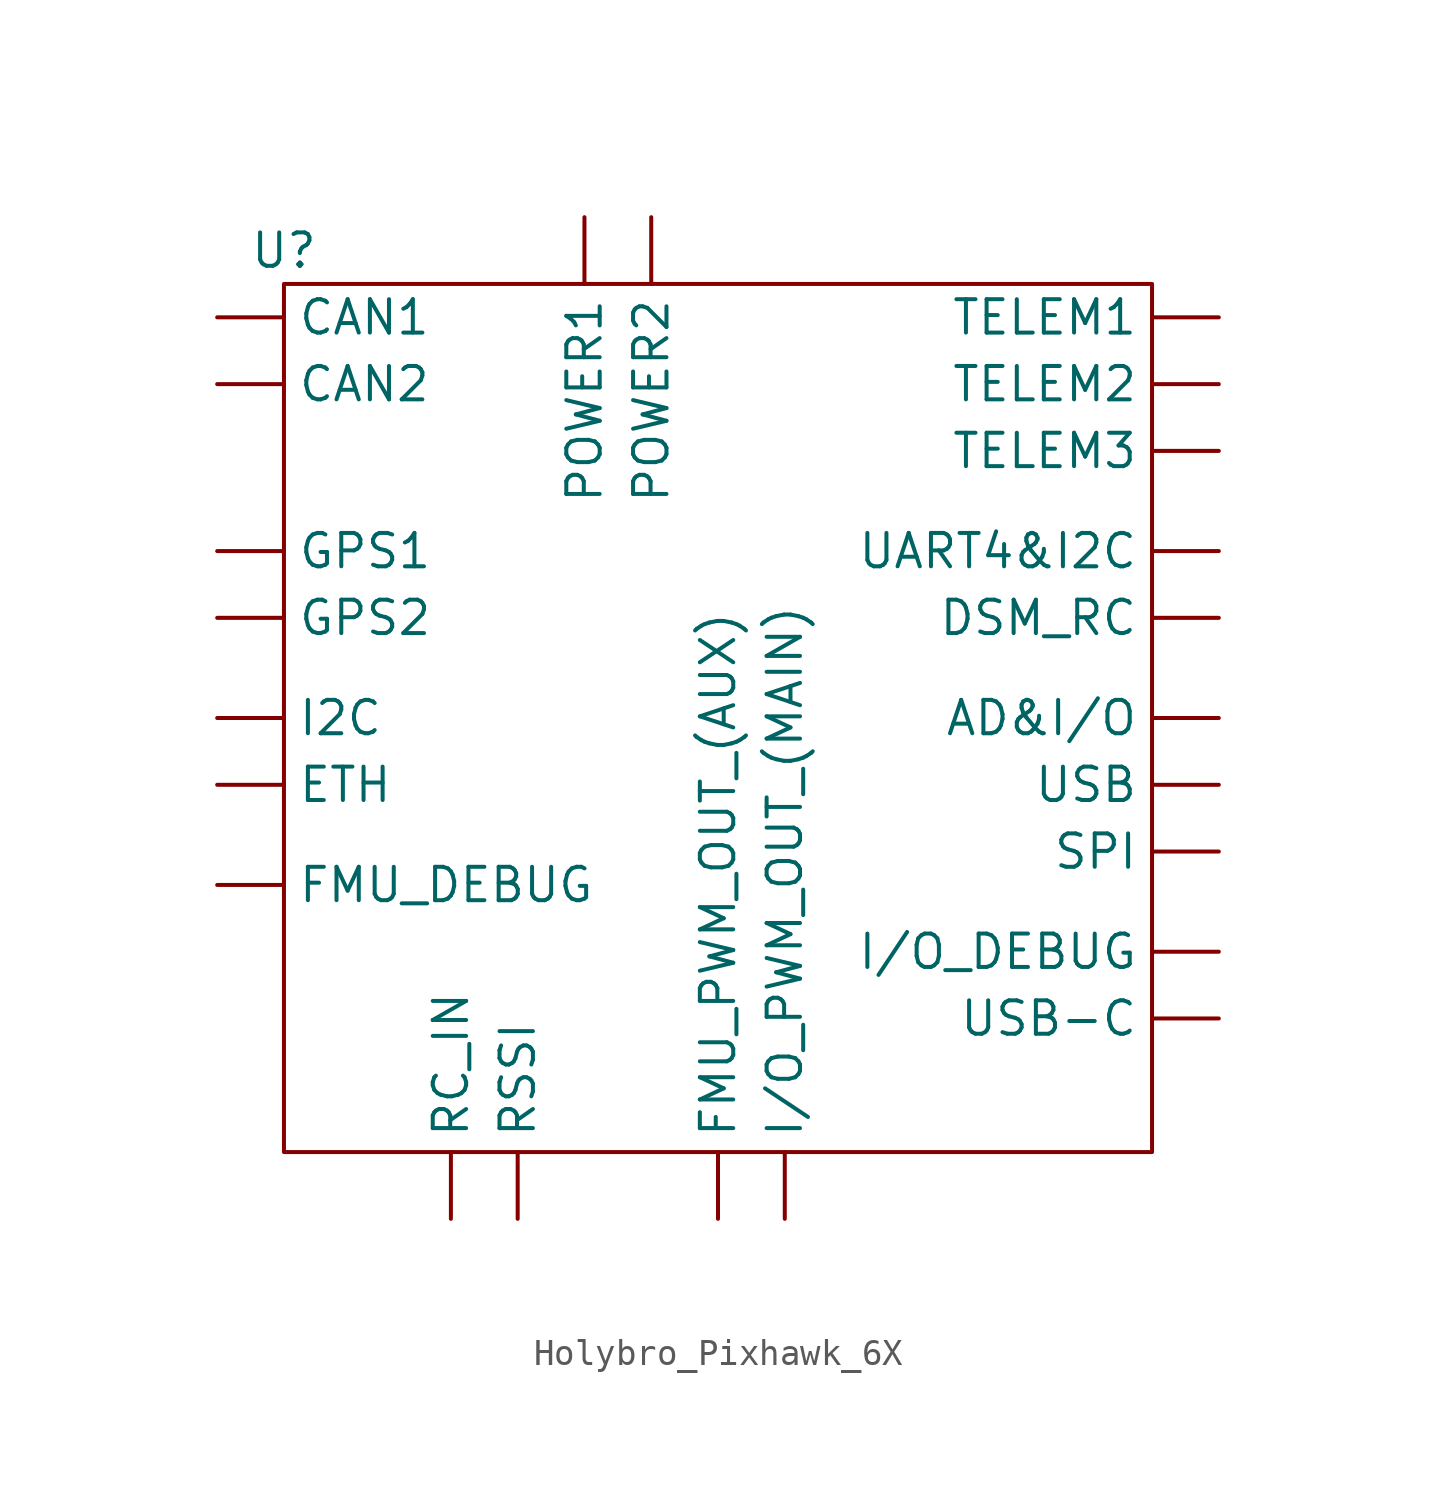
<source format=kicad_sym>
(kicad_symbol_lib
  (version 20231120)
  (generator "kicad_symbol_editor")
  (generator_version "8.0")
  (symbol "Holybro_Pixhawk_6X"
    (property "Reference" "U"
      (at 0 0 0)
      (effects (font (size 1.27 1.27))))
    (property "Value" ""
      (at 0 0 0)
      (effects (font (size 1.27 1.27))))
    (symbol "Holybro_Pixhawk_6X_0_1"
      (rectangle (start 0 -1.27) (end 33.02 -34.29) (stroke (width 0) (type default)) (fill (type none))))
    (symbol "Holybro_Pixhawk_6X_1_1"
      (pin input line (at 35.56 -17.78 180) (length 2.54) (name "AD&I/O" (effects (font (size 1.27 1.27)))) (number "" (effects (font (size 1.27 1.27)))))
      (pin input line (at -2.54 -2.54 0) (length 2.54) (name "CAN1" (effects (font (size 1.27 1.27)))) (number "" (effects (font (size 1.27 1.27)))))
      (pin input line (at -2.54 -5.08 0) (length 2.54) (name "CAN2" (effects (font (size 1.27 1.27)))) (number "" (effects (font (size 1.27 1.27)))))
      (pin input line (at 35.56 -13.97 180) (length 2.54) (name "DSM_RC" (effects (font (size 1.27 1.27)))) (number "" (effects (font (size 1.27 1.27)))))
      (pin input line (at -2.54 -20.32 0) (length 2.54) (name "ETH" (effects (font (size 1.27 1.27)))) (number "" (effects (font (size 1.27 1.27)))))
      (pin input line (at -2.54 -24.13 0) (length 2.54) (name "FMU_DEBUG" (effects (font (size 1.27 1.27)))) (number "" (effects (font (size 1.27 1.27)))))
      (pin input line (at 16.51 -36.83 90) (length 2.54) (name "FMU_PWM_OUT_(AUX)" (effects (font (size 1.27 1.27)))) (number "" (effects (font (size 1.27 1.27)))))
      (pin input line (at -2.54 -11.43 0) (length 2.54) (name "GPS1" (effects (font (size 1.27 1.27)))) (number "" (effects (font (size 1.27 1.27)))))
      (pin input line (at -2.54 -13.97 0) (length 2.54) (name "GPS2" (effects (font (size 1.27 1.27)))) (number "" (effects (font (size 1.27 1.27)))))
      (pin input line (at 35.56 -26.67 180) (length 2.54) (name "I/O_DEBUG" (effects (font (size 1.27 1.27)))) (number "" (effects (font (size 1.27 1.27)))))
      (pin input line (at 19.05 -36.83 90) (length 2.54) (name "I/O_PWM_OUT_(MAIN)" (effects (font (size 1.27 1.27)))) (number "" (effects (font (size 1.27 1.27)))))
      (pin input line (at -2.54 -17.78 0) (length 2.54) (name "I2C" (effects (font (size 1.27 1.27)))) (number "" (effects (font (size 1.27 1.27)))))
      (pin input line (at 11.43 1.27 270) (length 2.54) (name "POWER1" (effects (font (size 1.27 1.27)))) (number "" (effects (font (size 1.27 1.27)))))
      (pin input line (at 13.97 1.27 270) (length 2.54) (name "POWER2" (effects (font (size 1.27 1.27)))) (number "" (effects (font (size 1.27 1.27)))))
      (pin input line (at 6.35 -36.83 90) (length 2.54) (name "RC_IN" (effects (font (size 1.27 1.27)))) (number "" (effects (font (size 1.27 1.27)))))
      (pin input line (at 8.89 -36.83 90) (length 2.54) (name "RSSI" (effects (font (size 1.27 1.27)))) (number "" (effects (font (size 1.27 1.27)))))
      (pin input line (at 35.56 -22.86 180) (length 2.54) (name "SPI" (effects (font (size 1.27 1.27)))) (number "" (effects (font (size 1.27 1.27)))))
      (pin input line (at 35.56 -2.54 180) (length 2.54) (name "TELEM1" (effects (font (size 1.27 1.27)))) (number "" (effects (font (size 1.27 1.27)))))
      (pin input line (at 35.56 -5.08 180) (length 2.54) (name "TELEM2" (effects (font (size 1.27 1.27)))) (number "" (effects (font (size 1.27 1.27)))))
      (pin input line (at 35.56 -7.62 180) (length 2.54) (name "TELEM3" (effects (font (size 1.27 1.27)))) (number "" (effects (font (size 1.27 1.27)))))
      (pin input line (at 35.56 -11.43 180) (length 2.54) (name "UART4&I2C" (effects (font (size 1.27 1.27)))) (number "" (effects (font (size 1.27 1.27)))))
      (pin input line (at 35.56 -20.32 180) (length 2.54) (name "USB" (effects (font (size 1.27 1.27)))) (number "" (effects (font (size 1.27 1.27)))))
      (pin input line (at 35.56 -29.21 180) (length 2.54) (name "USB-C" (effects (font (size 1.27 1.27)))) (number "" (effects (font (size 1.27 1.27))))))))
</source>
